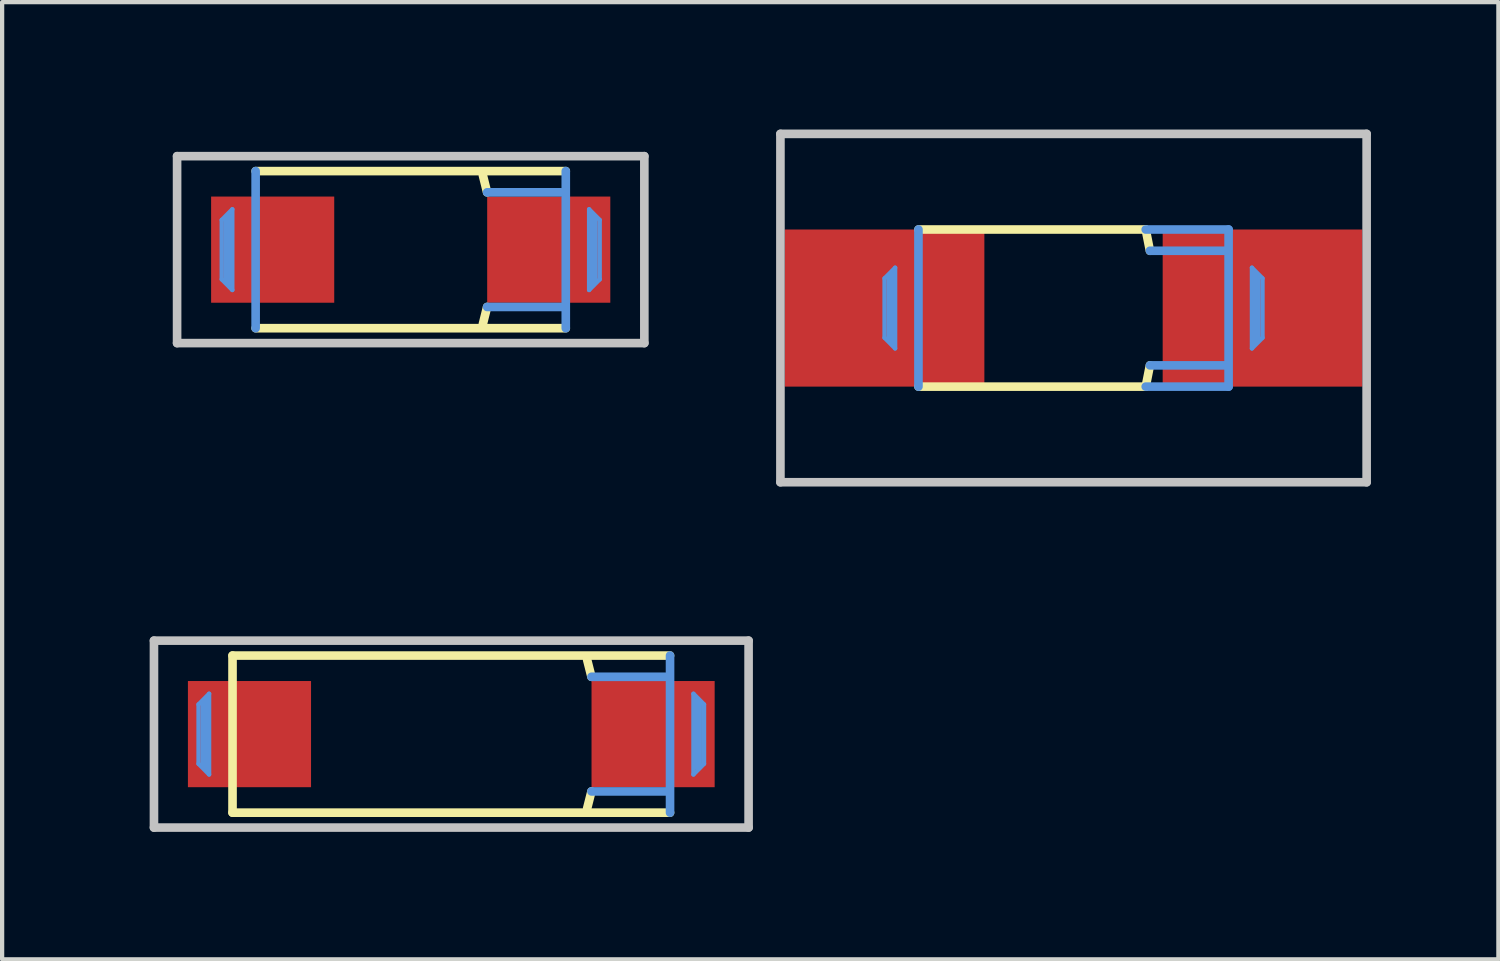
<source format=kicad_pcb>
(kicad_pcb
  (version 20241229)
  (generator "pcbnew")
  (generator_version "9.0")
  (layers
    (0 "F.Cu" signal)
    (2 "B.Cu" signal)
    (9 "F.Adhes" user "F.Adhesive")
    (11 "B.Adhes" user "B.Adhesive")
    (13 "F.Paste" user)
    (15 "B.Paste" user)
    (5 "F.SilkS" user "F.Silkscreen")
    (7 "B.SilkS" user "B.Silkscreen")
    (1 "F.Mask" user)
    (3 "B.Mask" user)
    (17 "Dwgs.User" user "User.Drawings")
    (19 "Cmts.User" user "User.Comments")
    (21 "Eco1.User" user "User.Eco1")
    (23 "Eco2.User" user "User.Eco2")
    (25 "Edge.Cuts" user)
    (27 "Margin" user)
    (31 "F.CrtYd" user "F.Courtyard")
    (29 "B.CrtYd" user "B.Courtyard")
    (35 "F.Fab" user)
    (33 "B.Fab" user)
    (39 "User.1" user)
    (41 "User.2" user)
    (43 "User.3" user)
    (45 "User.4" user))
  (footprint "085CS_1AW"
    (layer "F.Cu")
    (at 22.218 4.201)
    (property "Reference" "085CS_1AW" (at -1.27 -1.905 0) (layer "Eco1.User") (effects (font (size 1.27 1.27) (thickness 0.102))))
    (attr through_hole)
    (fp_line (start -3.65 1.849) (end 1.699 1.849) (stroke (width 0.203) (type solid)) (layer "F.SilkS"))
    (fp_line (start 1.699 -1.849) (end -3.65 -1.849) (stroke (width 0.203) (type solid)) (layer "F.SilkS"))
    (fp_line (start 1.798 -1.349) (end 1.699 -1.849) (stroke (width 0.203) (type solid)) (layer "F.SilkS"))
    (fp_line (start 1.798 1.349) (end 1.699 1.849) (stroke (width 0.203) (type solid)) (layer "F.SilkS"))
    (fp_line (start -6.899 -4.1) (end -6.899 4.1) (stroke (width 0.203) (type solid)) (layer "Dwgs.User"))
    (fp_line (start -6.899 -4.1) (end 6.899 -4.1) (stroke (width 0.203) (type solid)) (layer "Dwgs.User"))
    (fp_line (start -6.899 4.1) (end 6.899 4.1) (stroke (width 0.203) (type solid)) (layer "Dwgs.User"))
    (fp_line (start 6.899 -4.1) (end 6.899 4.1) (stroke (width 0.203) (type solid)) (layer "Dwgs.User"))
    (fp_line (start -4.448 -0.699) (end -4.448 0.699) (stroke (width 0.102) (type solid)) (layer "Cmts.User"))
    (fp_line (start -4.448 0.699) (end -4.199 0.95) (stroke (width 0.102) (type solid)) (layer "Cmts.User"))
    (fp_line (start -4.298 -0.749) (end -4.298 0.749) (stroke (width 0.203) (type solid)) (layer "Cmts.User"))
    (fp_line (start -4.199 -0.95) (end -4.448 -0.699) (stroke (width 0.102) (type solid)) (layer "Cmts.User"))
    (fp_line (start -4.199 0.95) (end -4.199 -0.95) (stroke (width 0.102) (type solid)) (layer "Cmts.User"))
    (fp_line (start -3.65 -1.849) (end -3.65 1.849) (stroke (width 0.203) (type solid)) (layer "Cmts.User"))
    (fp_line (start 1.699 1.849) (end 3.65 1.849) (stroke (width 0.203) (type solid)) (layer "Cmts.User"))
    (fp_line (start 3.548 -1.349) (end 1.798 -1.349) (stroke (width 0.203) (type solid)) (layer "Cmts.User"))
    (fp_line (start 3.599 1.349) (end 1.798 1.349) (stroke (width 0.203) (type solid)) (layer "Cmts.User"))
    (fp_line (start 3.65 -1.849) (end 1.699 -1.849) (stroke (width 0.203) (type solid)) (layer "Cmts.User"))
    (fp_line (start 3.65 1.849) (end 3.65 -1.849) (stroke (width 0.203) (type solid)) (layer "Cmts.User"))
    (fp_line (start 4.199 -0.95) (end 4.199 0.95) (stroke (width 0.102) (type solid)) (layer "Cmts.User"))
    (fp_line (start 4.199 0.95) (end 4.448 0.699) (stroke (width 0.102) (type solid)) (layer "Cmts.User"))
    (fp_line (start 4.298 0.749) (end 4.298 -0.749) (stroke (width 0.203) (type solid)) (layer "Cmts.User"))
    (fp_line (start 4.448 -0.699) (end 4.199 -0.95) (stroke (width 0.102) (type solid)) (layer "Cmts.User"))
    (fp_line (start 4.448 0.699) (end 4.448 -0.699) (stroke (width 0.102) (type solid)) (layer "Cmts.User"))
    (pad "+" smd rect (at 4.448 0) (size 4.699 3.698) (layers "F.Cu" "F.Mask" "F.Paste"))
    (pad "-" smd rect (at -4.448 0) (size 4.699 3.698) (layers "F.Cu" "F.Mask" "F.Paste")))
  (footprint "085CS_1R"
    (layer "F.Cu")
    (at 7.572 14.229)
    (property "Reference" "085CS_1R" (at -2.769 -1.905 0) (layer "Eco1.User") (effects (font (size 1.27 1.27) (thickness 0.102))))
    (attr through_hole)
    (fp_line (start -5.149 -1.849) (end -5.149 1.849) (stroke (width 0.203) (type solid)) (layer "F.SilkS"))
    (fp_line (start -5.149 1.849) (end 5.149 1.849) (stroke (width 0.203) (type solid)) (layer "F.SilkS"))
    (fp_line (start 3.299 -1.349) (end 3.198 -1.748) (stroke (width 0.203) (type solid)) (layer "F.SilkS"))
    (fp_line (start 3.299 1.349) (end 3.198 1.748) (stroke (width 0.203) (type solid)) (layer "F.SilkS"))
    (fp_line (start 5.149 -1.849) (end -5.149 -1.849) (stroke (width 0.203) (type solid)) (layer "F.SilkS"))
    (fp_line (start -6.998 -2.2) (end -6.998 2.2) (stroke (width 0.203) (type solid)) (layer "Dwgs.User"))
    (fp_line (start -6.998 -2.2) (end 6.998 -2.2) (stroke (width 0.203) (type solid)) (layer "Dwgs.User"))
    (fp_line (start -6.998 2.2) (end 6.998 2.2) (stroke (width 0.203) (type solid)) (layer "Dwgs.User"))
    (fp_line (start 6.998 -2.2) (end 6.998 2.2) (stroke (width 0.203) (type solid)) (layer "Dwgs.User"))
    (fp_line (start -5.949 -0.699) (end -5.949 0.699) (stroke (width 0.102) (type solid)) (layer "Cmts.User"))
    (fp_line (start -5.949 0.699) (end -5.7 0.95) (stroke (width 0.102) (type solid)) (layer "Cmts.User"))
    (fp_line (start -5.799 -0.749) (end -5.799 0.749) (stroke (width 0.203) (type solid)) (layer "Cmts.User"))
    (fp_line (start -5.7 -0.95) (end -5.949 -0.699) (stroke (width 0.102) (type solid)) (layer "Cmts.User"))
    (fp_line (start -5.7 0.95) (end -5.7 -0.95) (stroke (width 0.102) (type solid)) (layer "Cmts.User"))
    (fp_line (start 5.05 -1.349) (end 3.299 -1.349) (stroke (width 0.203) (type solid)) (layer "Cmts.User"))
    (fp_line (start 5.098 1.349) (end 3.299 1.349) (stroke (width 0.203) (type solid)) (layer "Cmts.User"))
    (fp_line (start 5.149 1.849) (end 5.149 -1.849) (stroke (width 0.203) (type solid)) (layer "Cmts.User"))
    (fp_line (start 5.7 -0.95) (end 5.7 0.95) (stroke (width 0.102) (type solid)) (layer "Cmts.User"))
    (fp_line (start 5.7 0.95) (end 5.949 0.699) (stroke (width 0.102) (type solid)) (layer "Cmts.User"))
    (fp_line (start 5.799 0.749) (end 5.799 -0.749) (stroke (width 0.203) (type solid)) (layer "Cmts.User"))
    (fp_line (start 5.949 -0.699) (end 5.7 -0.95) (stroke (width 0.102) (type solid)) (layer "Cmts.User"))
    (fp_line (start 5.949 0.699) (end 5.949 -0.699) (stroke (width 0.102) (type solid)) (layer "Cmts.User"))
    (pad "+" smd rect (at 4.75 0) (size 2.898 2.499) (layers "F.Cu" "F.Mask" "F.Paste"))
    (pad "-" smd rect (at -4.75 0) (size 2.898 2.499) (layers "F.Cu" "F.Mask" "F.Paste")))
  (footprint "085CS_1AR"
    (layer "F.Cu")
    (at 6.617 2.826)
    (property "Reference" "085CS_1AR" (at -1.27 -1.905 0) (layer "Eco1.User") (effects (font (size 1.27 1.27) (thickness 0.102))))
    (attr through_hole)
    (fp_line (start -3.65 1.849) (end 3.65 1.849) (stroke (width 0.203) (type solid)) (layer "F.SilkS"))
    (fp_line (start 1.798 -1.349) (end 1.699 -1.748) (stroke (width 0.203) (type solid)) (layer "F.SilkS"))
    (fp_line (start 1.798 1.349) (end 1.699 1.748) (stroke (width 0.203) (type solid)) (layer "F.SilkS"))
    (fp_line (start 3.65 -1.849) (end -3.65 -1.849) (stroke (width 0.203) (type solid)) (layer "F.SilkS"))
    (fp_line (start -5.499 -2.2) (end -5.499 2.2) (stroke (width 0.203) (type solid)) (layer "Dwgs.User"))
    (fp_line (start -5.499 -2.2) (end 5.499 -2.2) (stroke (width 0.203) (type solid)) (layer "Dwgs.User"))
    (fp_line (start -5.499 2.2) (end 5.499 2.2) (stroke (width 0.203) (type solid)) (layer "Dwgs.User"))
    (fp_line (start 5.499 -2.2) (end 5.499 2.2) (stroke (width 0.203) (type solid)) (layer "Dwgs.User"))
    (fp_line (start -4.448 -0.699) (end -4.448 0.699) (stroke (width 0.102) (type solid)) (layer "Cmts.User"))
    (fp_line (start -4.448 0.699) (end -4.199 0.95) (stroke (width 0.102) (type solid)) (layer "Cmts.User"))
    (fp_line (start -4.298 -0.749) (end -4.298 0.749) (stroke (width 0.203) (type solid)) (layer "Cmts.User"))
    (fp_line (start -4.199 -0.95) (end -4.448 -0.699) (stroke (width 0.102) (type solid)) (layer "Cmts.User"))
    (fp_line (start -4.199 0.95) (end -4.199 -0.95) (stroke (width 0.102) (type solid)) (layer "Cmts.User"))
    (fp_line (start -3.65 -1.849) (end -3.65 1.849) (stroke (width 0.203) (type solid)) (layer "Cmts.User"))
    (fp_line (start 3.548 -1.349) (end 1.798 -1.349) (stroke (width 0.203) (type solid)) (layer "Cmts.User"))
    (fp_line (start 3.599 1.349) (end 1.798 1.349) (stroke (width 0.203) (type solid)) (layer "Cmts.User"))
    (fp_line (start 3.65 1.849) (end 3.65 -1.849) (stroke (width 0.203) (type solid)) (layer "Cmts.User"))
    (fp_line (start 4.199 -0.95) (end 4.199 0.95) (stroke (width 0.102) (type solid)) (layer "Cmts.User"))
    (fp_line (start 4.199 0.95) (end 4.448 0.699) (stroke (width 0.102) (type solid)) (layer "Cmts.User"))
    (fp_line (start 4.298 0.749) (end 4.298 -0.749) (stroke (width 0.203) (type solid)) (layer "Cmts.User"))
    (fp_line (start 4.448 -0.699) (end 4.199 -0.95) (stroke (width 0.102) (type solid)) (layer "Cmts.User"))
    (fp_line (start 4.448 0.699) (end 4.448 -0.699) (stroke (width 0.102) (type solid)) (layer "Cmts.User"))
    (pad "+" smd rect (at 3.249 0) (size 2.898 2.499) (layers "F.Cu" "F.Mask" "F.Paste"))
    (pad "-" smd rect (at -3.249 0) (size 2.898 2.499) (layers "F.Cu" "F.Mask" "F.Paste")))
  (gr_rect
    (start -3 -3)
    (end 32.218 19.53)
    (stroke (width 0.1) (type default))
    (fill no)
    (layer "Edge.Cuts")))
</source>
